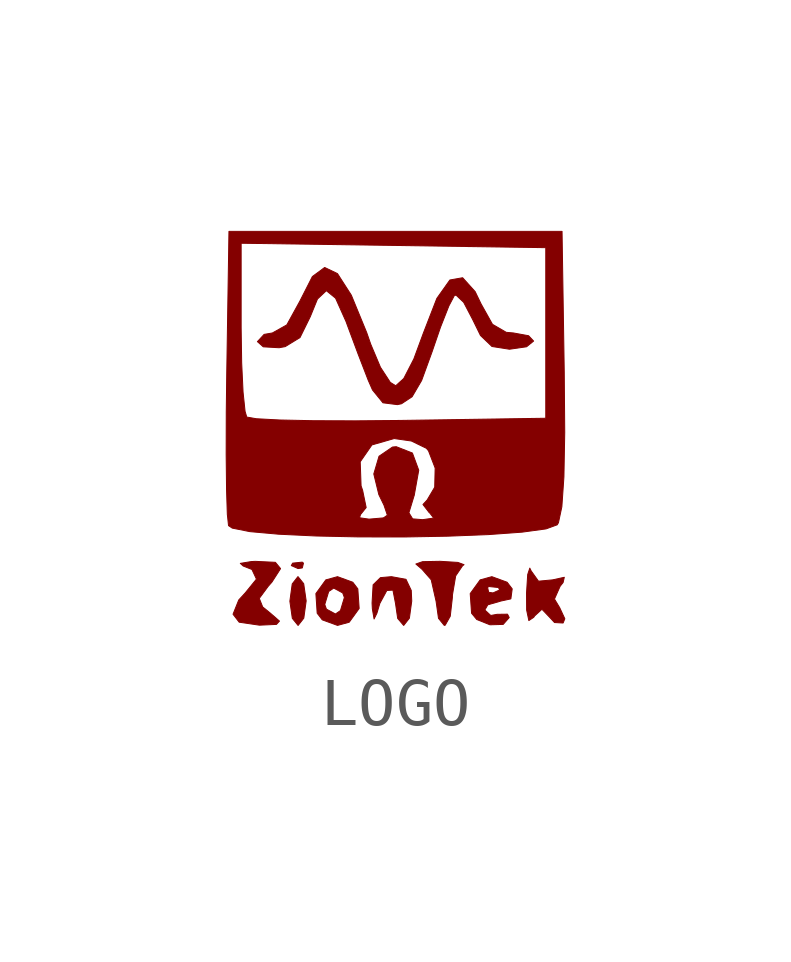
<source format=kicad_sym>
(kicad_symbol_lib
  (version 20241209)
  (generator "kicad_symbol_editor")
  (generator_version "9.0")
  (symbol "LOGO"
    (pin_names
      (offset 1.016))
    (property "Reference" "#G"
      (at 0 4.784 0)
      (effects (font (size 1.27 1.27)) (hide yes)))
    (symbol "LOGO_0_0"
      (polyline (pts (xy -2.651 -4.043) (xy -2.588 -3.974) (xy -2.78 -3.807) (xy -2.938 -3.679) (xy -3.009 -3.501) (xy -2.823 -3.249) (xy -2.746 -3.162) (xy -2.565 -2.88) (xy -2.673 -2.749) (xy -3.09 -2.729) (xy -3.174 -2.733) (xy -3.404 -2.771) (xy -3.344 -2.826) (xy -3.162 -2.898) (xy -3.068 -3.099) (xy -3.302 -3.387) (xy -3.437 -3.534) (xy -3.556 -3.831) (xy -3.428 -3.997) (xy -3.006 -4.059) (xy -2.651 -4.043)) (stroke (width 0.01) (type default)) (fill (type outline)))
      (polyline (pts (xy -2.112 -2.866) (xy -2.088 -2.766) (xy -2.113 -2.745) (xy -2.314 -2.766) (xy -2.341 -2.817) (xy -2.201 -2.879) (xy -2.112 -2.866)) (stroke (width 0.01) (type default)) (fill (type outline)))
      (polyline (pts (xy -2.081 -3.913) (xy -2.032 -3.556) (xy -2.032 -3.55) (xy -2.083 -3.195) (xy -2.201 -3.048) (xy -2.204 -3.048) (xy -2.322 -3.199) (xy -2.371 -3.556) (xy -2.371 -3.562) (xy -2.32 -3.917) (xy -2.201 -4.064) (xy -2.199 -4.064) (xy -2.081 -3.913)) (stroke (width 0.01) (type default)) (fill (type outline)))
      (polyline (pts (xy -1.134 -3.997) (xy -0.927 -3.711) (xy -0.955 -3.302) (xy -1.06 -3.164) (xy -1.378 -3.048) (xy -1.622 -3.115) (xy -1.829 -3.401) (xy -1.814 -3.628) (xy -1.644 -3.628) (xy -1.562 -3.357) (xy -1.457 -3.286) (xy -1.27 -3.387) (xy -1.235 -3.483) (xy -1.317 -3.755) (xy -1.421 -3.826) (xy -1.609 -3.725) (xy -1.644 -3.628) (xy -1.814 -3.628) (xy -1.802 -3.81) (xy -1.696 -3.948) (xy -1.378 -4.064) (xy -1.134 -3.997)) (stroke (width 0.01) (type default)) (fill (type outline)))
      (polyline (pts (xy -0.045 0.556) (xy 0.177 0.703) (xy 0.375 1.041) (xy 0.593 1.64) (xy 0.77 2.156) (xy 0.943 2.595) (xy 1.056 2.809) (xy 1.092 2.821) (xy 1.251 2.671) (xy 1.439 2.312) (xy 1.602 1.979) (xy 1.841 1.75) (xy 2.204 1.693) (xy 2.208 1.693) (xy 2.562 1.744) (xy 2.709 1.863) (xy 2.605 1.974) (xy 2.288 2.032) (xy 2.139 2.045) (xy 1.852 2.212) (xy 1.614 2.638) (xy 1.491 2.893) (xy 1.23 3.183) (xy 0.964 3.136) (xy 0.692 2.752) (xy 0.412 2.03) (xy 0.213 1.491) (xy 0.003 1.083) (xy -0.165 0.931) (xy -0.278 1.002) (xy -0.483 1.316) (xy -0.686 1.798) (xy -0.77 2.04) (xy -1.09 2.819) (xy -1.379 3.269) (xy -1.646 3.397) (xy -1.902 3.208) (xy -2.156 2.709) (xy -2.158 2.704) (xy -2.435 2.2) (xy -2.735 2.032) (xy -2.908 2.002) (xy -3.048 1.851) (xy -2.926 1.743) (xy -2.596 1.724) (xy -2.469 1.747) (xy -2.16 1.936) (xy -1.946 2.371) (xy -1.796 2.739) (xy -1.611 2.913) (xy -1.419 2.757) (xy -1.2 2.268) (xy -1.176 2.202) (xy -0.951 1.598) (xy -0.738 1.046) (xy -0.649 0.844) (xy -0.431 0.576) (xy -0.131 0.538) (xy -0.045 0.556)) (stroke (width 0.01) (type default)) (fill (type outline)))
      (polyline (pts (xy 0.12 -3.913) (xy 0.169 -3.556) (xy 0.159 -3.335) (xy 0.049 -3.103) (xy -0.254 -3.048) (xy -0.483 -3.068) (xy -0.636 -3.217) (xy -0.658 -3.598) (xy -0.652 -3.718) (xy -0.616 -3.93) (xy -0.557 -3.81) (xy -0.496 -3.605) (xy -0.35 -3.336) (xy -0.223 -3.328) (xy -0.169 -3.607) (xy -0.124 -3.918) (xy -0.0001 -4.064) (xy 0.002 -4.064) (xy 0.12 -3.913)) (stroke (width 0.01) (type default)) (fill (type outline)))
      (polyline (pts (xy 0.866 -4.06) (xy 0.972 -3.872) (xy 1.016 -3.485) (xy 1.017 -3.433) (xy 1.085 -3.032) (xy 1.228 -2.821) (xy 1.259 -2.798) (xy 1.131 -2.751) (xy 0.762 -2.728) (xy 0.396 -2.735) (xy 0.255 -2.784) (xy 0.381 -2.892) (xy 0.575 -3.113) (xy 0.677 -3.564) (xy 0.727 -3.917) (xy 0.847 -4.064) (xy 0.866 -4.06)) (stroke (width 0.01) (type default)) (fill (type outline)))
      (polyline (pts (xy 0.922 -2.204) (xy 1.766 -2.171) (xy 2.469 -2.12) (xy 2.969 -2.052) (xy 3.201 -1.967) (xy 3.227 -1.923) (xy 3.298 -1.591) (xy 3.341 -0.969) (xy 3.358 -0.042) (xy 3.348 1.208) (xy 3.302 4.149) (xy -0.169 4.149) (xy -3.641 4.149) (xy -3.672 2.149) (xy -3.387 2.149) (xy -3.387 3.902) (xy -0.212 3.856) (xy 2.963 3.81) (xy 2.963 2.032) (xy 2.963 0.254) (xy -0.095 0.208) (xy -1.003 0.2) (xy -1.881 0.203) (xy -2.59 0.218) (xy -3.071 0.244) (xy -3.27 0.279) (xy -3.305 0.397) (xy -3.347 0.799) (xy -3.376 1.409) (xy -3.387 2.149) (xy -3.672 2.149) (xy -3.687 1.191) (xy -3.697 0.387) (xy -3.699 -0.505) (xy -3.691 -1.237) (xy -3.675 -1.75) (xy -3.667 -1.82) (xy -0.92 -1.82) (xy -0.898 -1.753) (xy -0.781 -1.607) (xy -0.855 -1.248) (xy -0.887 -1.155) (xy -0.905 -0.654) (xy -0.661 -0.302) (xy -0.197 -0.169) (xy 0.161 -0.22) (xy 0.474 -0.372) (xy 0.518 -0.424) (xy 0.657 -0.784) (xy 0.648 -1.183) (xy 0.49 -1.45) (xy 0.403 -1.544) (xy 0.532 -1.712) (xy 0.544 -1.72) (xy 0.627 -1.827) (xy 0.396 -1.86) (xy 0.188 -1.843) (xy 0.11 -1.716) (xy 0.212 -1.38) (xy 0.221 -1.353) (xy 0.315 -0.829) (xy 0.183 -0.471) (xy -0.153 -0.339) (xy -0.232 -0.346) (xy -0.513 -0.538) (xy -0.622 -0.907) (xy -0.517 -1.337) (xy -0.41 -1.557) (xy -0.339 -1.767) (xy -0.422 -1.823) (xy -0.72 -1.849) (xy -0.92 -1.82) (xy -3.667 -1.82) (xy -3.65 -1.984) (xy -3.572 -2.036) (xy -3.206 -2.109) (xy -2.603 -2.163) (xy -1.826 -2.2) (xy -0.937 -2.219) (xy -0.0004 -2.221) (xy 0.922 -2.204)) (stroke (width 0.01) (type default)) (fill (type outline)))
      (polyline (pts (xy 2.075 -4.043) (xy 2.201 -3.9) (xy 2.165 -3.83) (xy 1.947 -3.833) (xy 1.816 -3.857) (xy 1.693 -3.743) (xy 1.754 -3.635) (xy 2.027 -3.556) (xy 2.235 -3.511) (xy 2.263 -3.302) (xy 2.157 -3.164) (xy 1.839 -3.048) (xy 1.595 -3.115) (xy 1.48 -3.274) (xy 1.75 -3.274) (xy 1.774 -3.253) (xy 1.976 -3.274) (xy 2.002 -3.325) (xy 1.863 -3.387) (xy 1.773 -3.374) (xy 1.75 -3.274) (xy 1.48 -3.274) (xy 1.388 -3.401) (xy 1.416 -3.81) (xy 1.524 -3.941) (xy 1.799 -4.051) (xy 2.075 -4.043)) (stroke (width 0.01) (type default)) (fill (type outline)))
      (polyline (pts (xy 3.36 -3.925) (xy 3.252 -3.693) (xy 3.144 -3.514) (xy 3.262 -3.248) (xy 3.324 -3.17) (xy 3.349 -3.061) (xy 3.103 -3.115) (xy 2.811 -3.142) (xy 2.658 -2.928) (xy 2.63 -2.87) (xy 2.586 -3.004) (xy 2.562 -3.387) (xy 2.564 -3.744) (xy 2.61 -3.963) (xy 2.712 -3.895) (xy 2.73 -3.867) (xy 2.883 -3.727) (xy 3.039 -3.89) (xy 3.145 -4.004) (xy 3.324 -4.014) (xy 3.36 -3.925)) (stroke (width 0.01) (type default)) (fill (type outline))))))
</source>
